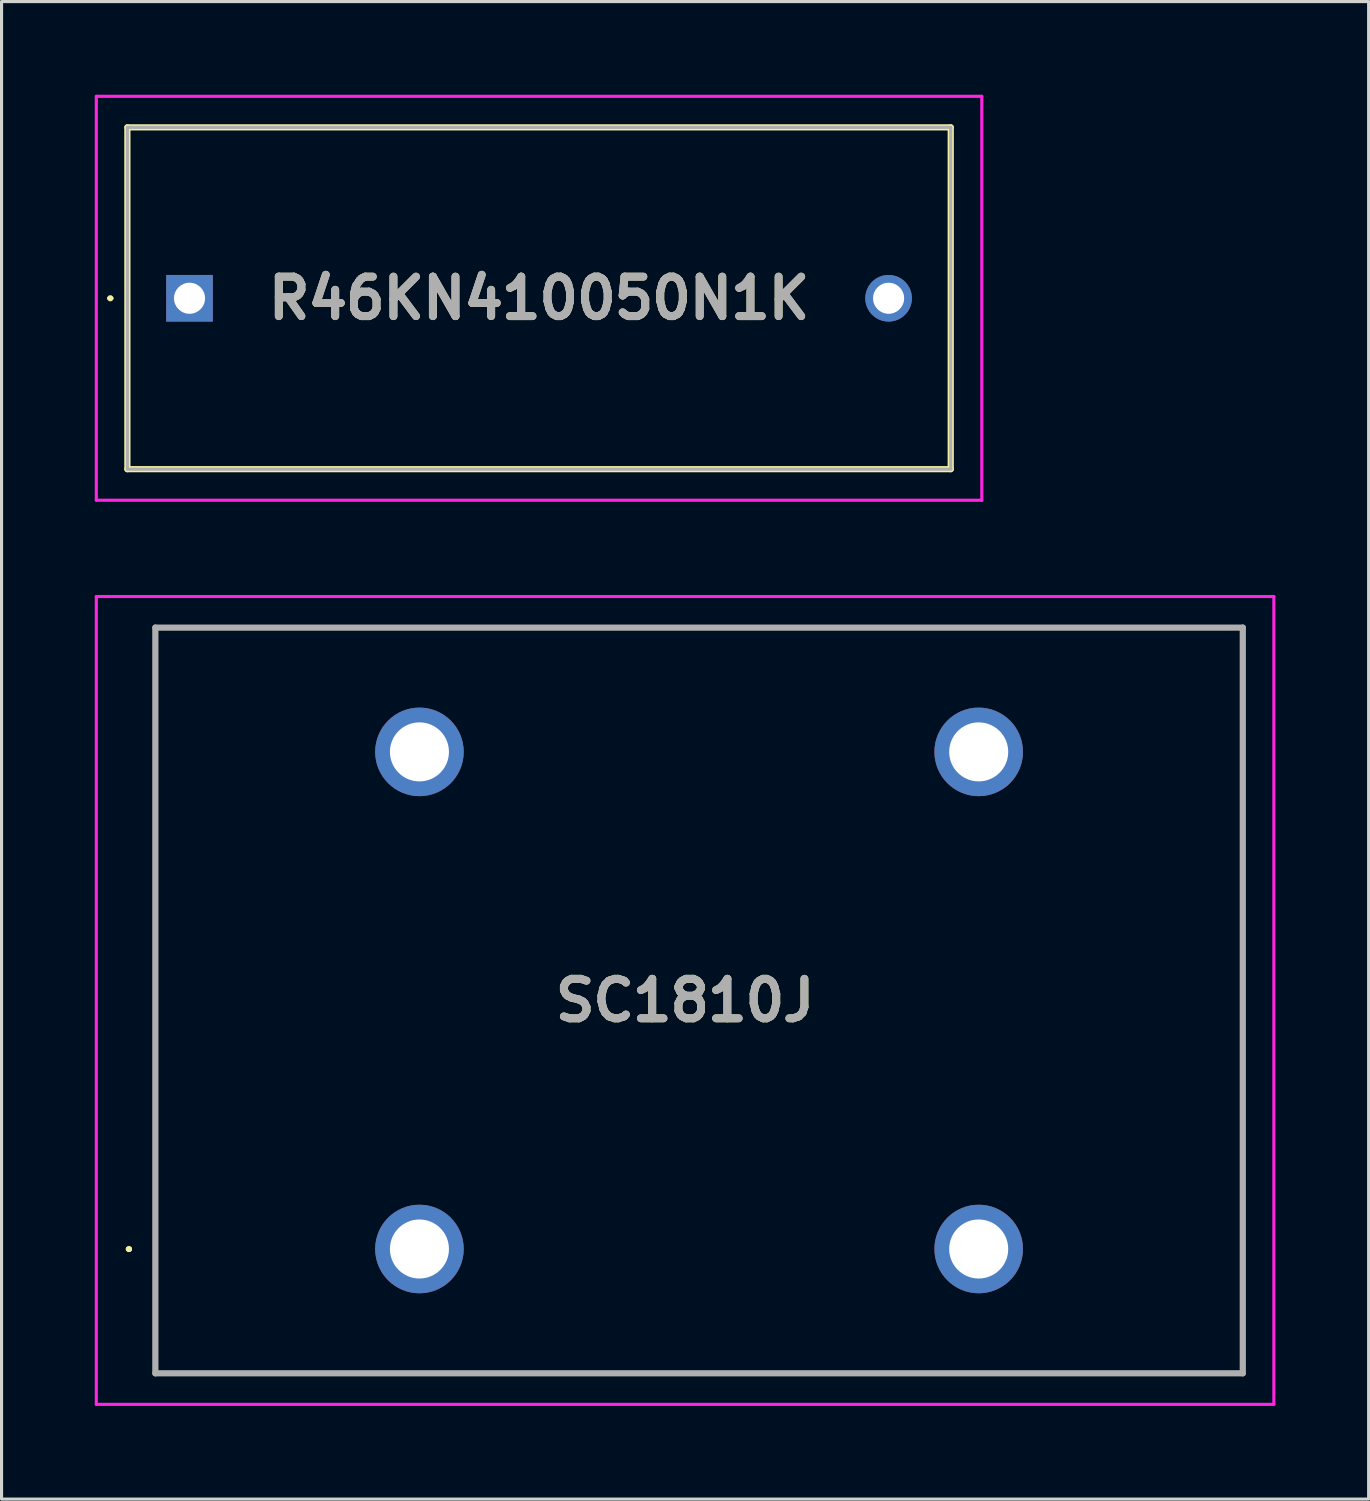
<source format=kicad_pcb>
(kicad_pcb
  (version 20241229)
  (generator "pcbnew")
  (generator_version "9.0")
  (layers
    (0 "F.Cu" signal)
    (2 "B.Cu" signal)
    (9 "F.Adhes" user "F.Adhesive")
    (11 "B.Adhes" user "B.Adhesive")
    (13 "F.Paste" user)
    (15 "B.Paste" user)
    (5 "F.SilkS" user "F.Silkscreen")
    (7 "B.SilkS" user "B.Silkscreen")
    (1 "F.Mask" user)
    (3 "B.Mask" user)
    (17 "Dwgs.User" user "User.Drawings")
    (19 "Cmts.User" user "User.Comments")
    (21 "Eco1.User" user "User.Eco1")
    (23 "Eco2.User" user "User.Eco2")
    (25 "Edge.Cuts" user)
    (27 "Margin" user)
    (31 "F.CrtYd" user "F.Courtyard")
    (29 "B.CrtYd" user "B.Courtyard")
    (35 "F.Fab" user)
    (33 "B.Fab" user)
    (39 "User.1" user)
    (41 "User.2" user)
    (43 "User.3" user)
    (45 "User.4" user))
  (footprint "R46KN410050N1K"
    (layer "F.Cu")
    (at 3.05 6.55)
    (property "Reference" "R46KN410050N1K" (at 11.25 0 0) (layer "F.SilkS") (effects (font (size 1.27 1.27) (thickness 0.254))))
    (attr through_hole)
    (fp_line (start -2.6 0) (end -2.6 0) (stroke (width 0.1) (type solid)) (layer "F.SilkS"))
    (fp_line (start -2.5 0) (end -2.5 0) (stroke (width 0.1) (type solid)) (layer "F.SilkS"))
    (fp_line (start -2 -5.5) (end 24.5 -5.5) (stroke (width 0.2) (type solid)) (layer "F.SilkS"))
    (fp_line (start -2 5.5) (end -2 -5.5) (stroke (width 0.2) (type solid)) (layer "F.SilkS"))
    (fp_line (start 24.5 -5.5) (end 24.5 5.5) (stroke (width 0.2) (type solid)) (layer "F.SilkS"))
    (fp_line (start 24.5 5.5) (end -2 5.5) (stroke (width 0.2) (type solid)) (layer "F.SilkS"))
    (fp_arc (start -2.6 0) (mid -2.55 -0.05) (end -2.5 0) (stroke (width 0.1) (type solid)) (layer "F.SilkS"))
    (fp_arc (start -2.5 0) (mid -2.55 0.05) (end -2.6 0) (stroke (width 0.1) (type solid)) (layer "F.SilkS"))
    (fp_line (start -3 -6.5) (end 25.5 -6.5) (stroke (width 0.1) (type solid)) (layer "F.CrtYd"))
    (fp_line (start -3 6.5) (end -3 -6.5) (stroke (width 0.1) (type solid)) (layer "F.CrtYd"))
    (fp_line (start 25.5 -6.5) (end 25.5 6.5) (stroke (width 0.1) (type solid)) (layer "F.CrtYd"))
    (fp_line (start 25.5 6.5) (end -3 6.5) (stroke (width 0.1) (type solid)) (layer "F.CrtYd"))
    (fp_line (start -2 -5.5) (end 24.5 -5.5) (stroke (width 0.1) (type solid)) (layer "F.Fab"))
    (fp_line (start -2 5.5) (end -2 -5.5) (stroke (width 0.1) (type solid)) (layer "F.Fab"))
    (fp_line (start 24.5 -5.5) (end 24.5 5.5) (stroke (width 0.1) (type solid)) (layer "F.Fab"))
    (fp_line (start 24.5 5.5) (end -2 5.5) (stroke (width 0.1) (type solid)) (layer "F.Fab"))
    (fp_text user "${REFERENCE}" (at 11.25 0 0) (layer "F.Fab") (effects (font (size 1.27 1.27) (thickness 0.254))))
    (pad "1" thru_hole rect (at 0 0) (size 1.5 1.5) (drill 1) (layers "*.Cu" "*.Mask"))
    (pad "2" thru_hole circle (at 22.5 0) (size 1.5 1.5) (drill 1) (layers "*.Cu" "*.Mask")))
  (footprint "SC1810J"
    (layer "F.Cu")
    (at 10.45 37.15)
    (property "Reference" "SC1810J" (at 8.55 -8 0) (layer "F.SilkS") (effects (font (size 1.27 1.27) (thickness 0.254))))
    (attr through_hole)
    (fp_line (start -9.4 0) (end -9.4 0) (stroke (width 0.1) (type solid)) (layer "F.SilkS"))
    (fp_line (start -9.4 0) (end -9.4 0) (stroke (width 0.1) (type solid)) (layer "F.SilkS"))
    (fp_line (start -9.3 0) (end -9.3 0) (stroke (width 0.1) (type solid)) (layer "F.SilkS"))
    (fp_line (start -8.5 -20) (end 26.5 -20) (stroke (width 0.1) (type solid)) (layer "F.SilkS"))
    (fp_line (start -8.5 4) (end -8.5 -20) (stroke (width 0.1) (type solid)) (layer "F.SilkS"))
    (fp_line (start 26.5 -20) (end 26.5 4) (stroke (width 0.1) (type solid)) (layer "F.SilkS"))
    (fp_line (start 26.5 4) (end -8.5 4) (stroke (width 0.1) (type solid)) (layer "F.SilkS"))
    (fp_arc (start -9.4 0) (mid -9.35 -0.05) (end -9.3 0) (stroke (width 0.1) (type solid)) (layer "F.SilkS"))
    (fp_arc (start -9.3 0) (mid -9.35 0.05) (end -9.4 0) (stroke (width 0.1) (type solid)) (layer "F.SilkS"))
    (fp_arc (start -9.3 0) (mid -9.35 0.05) (end -9.4 0) (stroke (width 0.1) (type solid)) (layer "F.SilkS"))
    (fp_line (start -10.4 -21) (end 27.5 -21) (stroke (width 0.1) (type solid)) (layer "F.CrtYd"))
    (fp_line (start -10.4 5) (end -10.4 -21) (stroke (width 0.1) (type solid)) (layer "F.CrtYd"))
    (fp_line (start 27.5 -21) (end 27.5 5) (stroke (width 0.1) (type solid)) (layer "F.CrtYd"))
    (fp_line (start 27.5 5) (end -10.4 5) (stroke (width 0.1) (type solid)) (layer "F.CrtYd"))
    (fp_line (start -8.5 -20) (end -8.5 4) (stroke (width 0.2) (type solid)) (layer "F.Fab"))
    (fp_line (start -8.5 4) (end 26.5 4) (stroke (width 0.2) (type solid)) (layer "F.Fab"))
    (fp_line (start 26.5 -20) (end -8.5 -20) (stroke (width 0.2) (type solid)) (layer "F.Fab"))
    (fp_line (start 26.5 4) (end 26.5 -20) (stroke (width 0.2) (type solid)) (layer "F.Fab"))
    (fp_text user "${REFERENCE}" (at 8.55 -8 0) (layer "F.Fab") (effects (font (size 1.27 1.27) (thickness 0.254))))
    (pad "1" thru_hole circle (at 0 0) (size 2.85 2.85) (drill 1.9) (layers "*.Cu" "*.Mask"))
    (pad "2" thru_hole circle (at 0 -16) (size 2.85 2.85) (drill 1.9) (layers "*.Cu" "*.Mask"))
    (pad "3" thru_hole circle (at 18 0) (size 2.85 2.85) (drill 1.9) (layers "*.Cu" "*.Mask"))
    (pad "4" thru_hole circle (at 18 -16) (size 2.85 2.85) (drill 1.9) (layers "*.Cu" "*.Mask")))
  (gr_rect
    (start -3 -3)
    (end 41 45.2)
    (stroke (width 0.1) (type default))
    (fill no)
    (layer "Edge.Cuts")))
</source>
